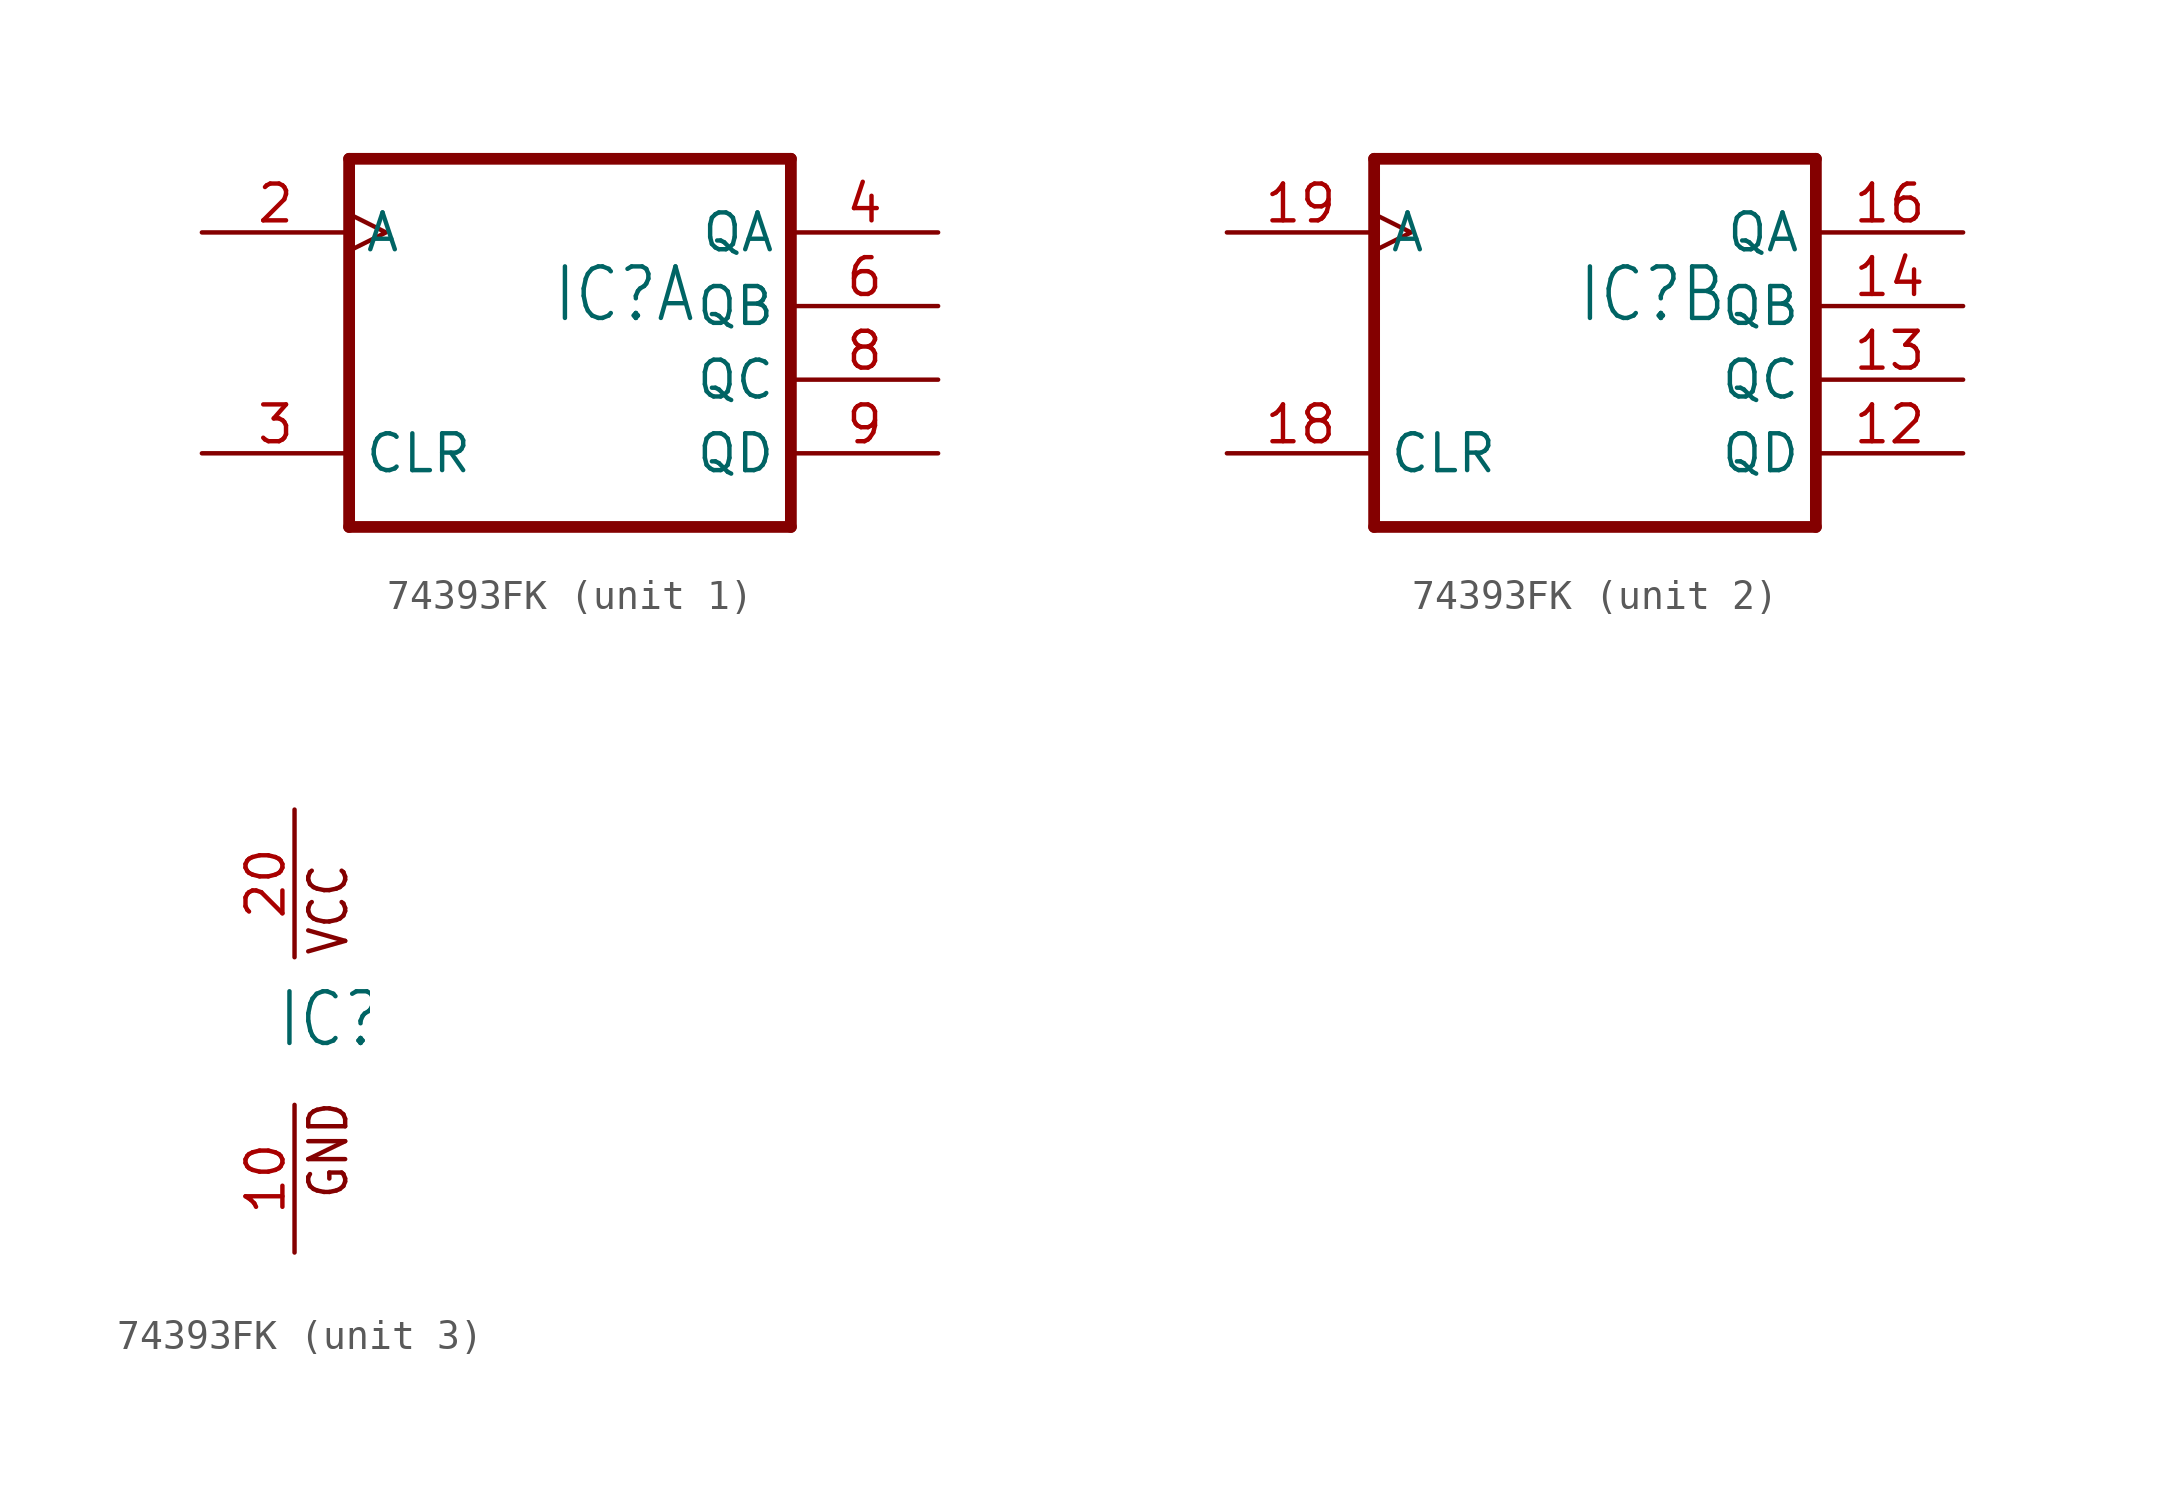
<source format=kicad_sym>
(kicad_symbol_lib
  (version 20220914)
  (generator kicad_symbol_editor)
  (symbol "74393FK"
    (property "Reference" "IC"
      (at -0.635 -0.635 0)
      (effects (font (size 1.778 1.511)) (justify left bottom)))
    (property "ki_locked" ""
      (at 0 0 0)
      (effects (font (size 1.27 1.27))))
    (symbol "74393FK_1_0"
      (polyline (pts (xy -7.62 -7.62) (xy 7.62 -7.62)) (stroke (width 0.406) (type solid)) (fill (type none)))
      (polyline (pts (xy -7.62 5.08) (xy -7.62 -7.62)) (stroke (width 0.406) (type solid)) (fill (type none)))
      (polyline (pts (xy 7.62 -7.62) (xy 7.62 5.08)) (stroke (width 0.406) (type solid)) (fill (type none)))
      (polyline (pts (xy 7.62 5.08) (xy -7.62 5.08)) (stroke (width 0.406) (type solid)) (fill (type none)))
      (pin input clock (at -12.7 2.54 0) (length 5.08) (name "A" (effects (font (size 1.27 1.27)))) (number "2" (effects (font (size 1.27 1.27)))))
      (pin input line (at -12.7 -5.08 0) (length 5.08) (name "CLR" (effects (font (size 1.27 1.27)))) (number "3" (effects (font (size 1.27 1.27)))))
      (pin output line (at 12.7 2.54 180) (length 5.08) (name "QA" (effects (font (size 1.27 1.27)))) (number "4" (effects (font (size 1.27 1.27)))))
      (pin output line (at 12.7 0 180) (length 5.08) (name "QB" (effects (font (size 1.27 1.27)))) (number "6" (effects (font (size 1.27 1.27)))))
      (pin output line (at 12.7 -2.54 180) (length 5.08) (name "QC" (effects (font (size 1.27 1.27)))) (number "8" (effects (font (size 1.27 1.27)))))
      (pin output line (at 12.7 -5.08 180) (length 5.08) (name "QD" (effects (font (size 1.27 1.27)))) (number "9" (effects (font (size 1.27 1.27))))))
    (symbol "74393FK_2_0"
      (polyline (pts (xy -7.62 -7.62) (xy 7.62 -7.62)) (stroke (width 0.406) (type solid)) (fill (type none)))
      (polyline (pts (xy -7.62 5.08) (xy -7.62 -7.62)) (stroke (width 0.406) (type solid)) (fill (type none)))
      (polyline (pts (xy 7.62 -7.62) (xy 7.62 5.08)) (stroke (width 0.406) (type solid)) (fill (type none)))
      (polyline (pts (xy 7.62 5.08) (xy -7.62 5.08)) (stroke (width 0.406) (type solid)) (fill (type none)))
      (pin output line (at 12.7 -5.08 180) (length 5.08) (name "QD" (effects (font (size 1.27 1.27)))) (number "12" (effects (font (size 1.27 1.27)))))
      (pin output line (at 12.7 -2.54 180) (length 5.08) (name "QC" (effects (font (size 1.27 1.27)))) (number "13" (effects (font (size 1.27 1.27)))))
      (pin output line (at 12.7 0 180) (length 5.08) (name "QB" (effects (font (size 1.27 1.27)))) (number "14" (effects (font (size 1.27 1.27)))))
      (pin output line (at 12.7 2.54 180) (length 5.08) (name "QA" (effects (font (size 1.27 1.27)))) (number "16" (effects (font (size 1.27 1.27)))))
      (pin input line (at -12.7 -5.08 0) (length 5.08) (name "CLR" (effects (font (size 1.27 1.27)))) (number "18" (effects (font (size 1.27 1.27)))))
      (pin input clock (at -12.7 2.54 0) (length 5.08) (name "A" (effects (font (size 1.27 1.27)))) (number "19" (effects (font (size 1.27 1.27))))))
    (symbol "74393FK_3_0"
      (text "GND" (at 1.905 -5.842 900) (effects (font (size 1.27 1.079)) (justify left bottom)))
      (text "VCC" (at 1.905 2.54 900) (effects (font (size 1.27 1.079)) (justify left bottom)))
      (pin power_in line (at 0 -7.62 90) (length 5.08) (name "GND" (effects (font (size 0 0)))) (number "10" (effects (font (size 1.27 1.27)))))
      (pin power_in line (at 0 7.62 270) (length 5.08) (name "VCC" (effects (font (size 0 0)))) (number "20" (effects (font (size 1.27 1.27))))))))
</source>
